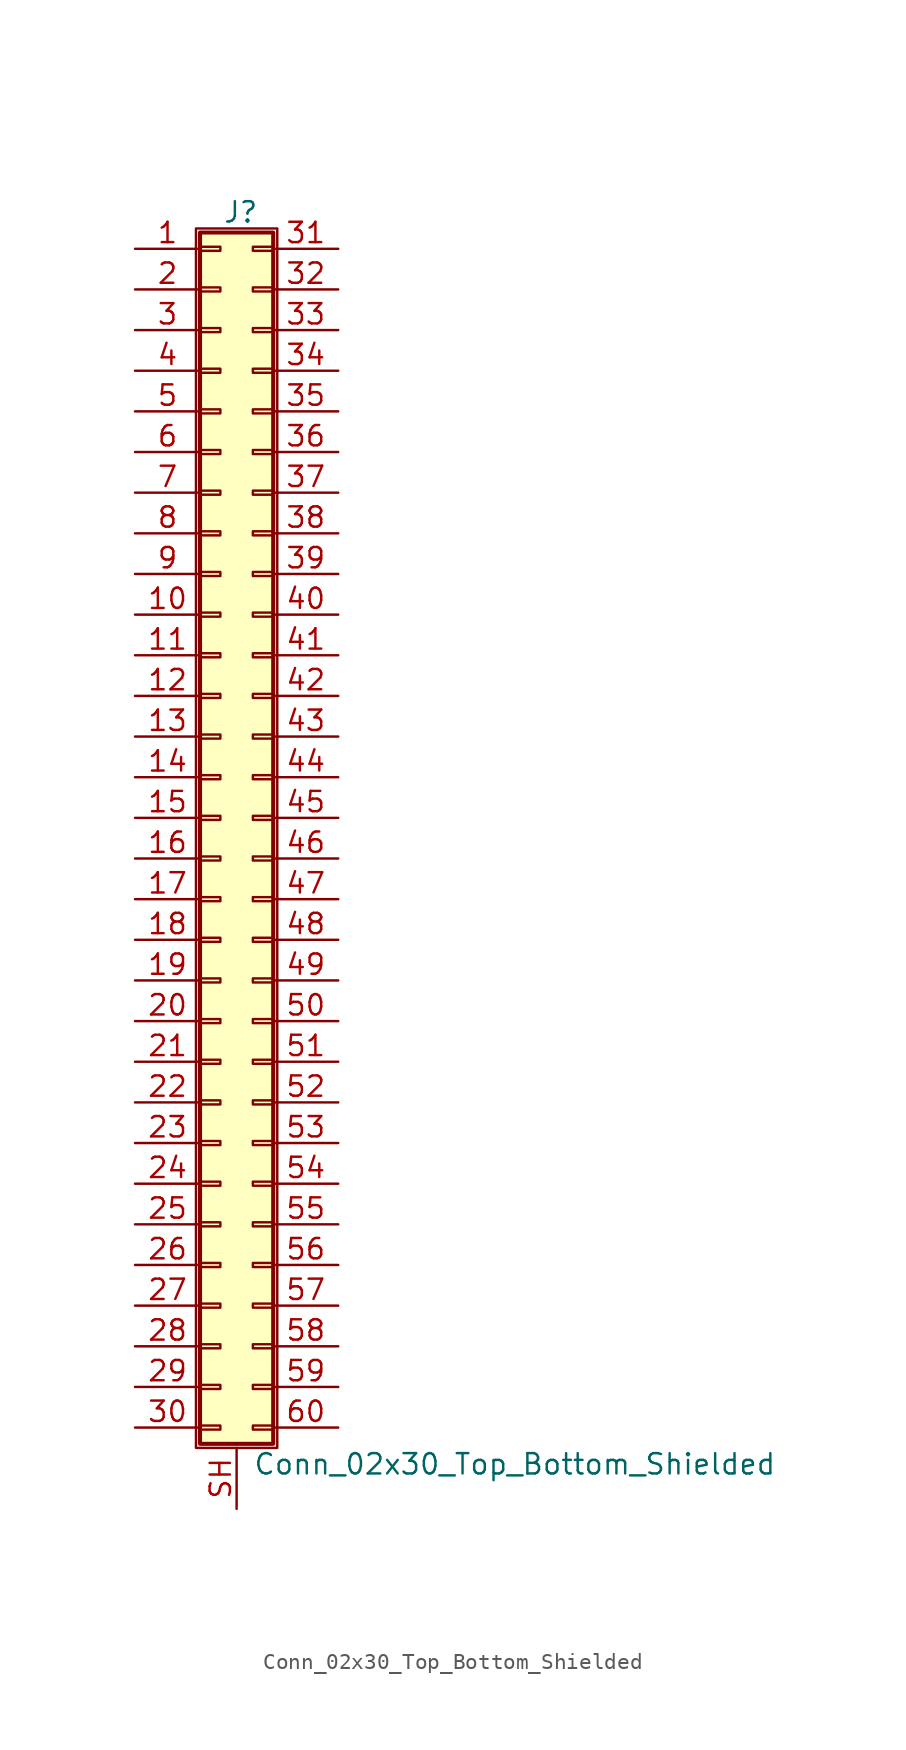
<source format=kicad_sym>
(kicad_symbol_lib
  (version 20201005)
  (generator kicad_symbol_editor)
  (symbol "Conn_02x30_Top_Bottom_Shielded"
    (pin_names
      (offset 1.016) hide)
    (property "Reference" "J"
      (at 1.524 37.846 0)
      (effects (font (size 1.27 1.27))))
    (property "Value" "Conn_02x30_Top_Bottom_Shielded"
      (at 2.286 -40.386 0)
      (effects (font (size 1.27 1.27)) (justify left)))
    (symbol "Conn_02x30_Top_Bottom_Shielded_1_1"
      (rectangle (start -1.27 36.83) (end 3.81 -39.37) (stroke (width 0.152)) (fill (type none)))
      (rectangle (start -1.016 -37.973) (end 0.254 -38.227) (stroke (width 0.152)) (fill (type none)))
      (rectangle (start -1.016 -35.433) (end 0.254 -35.687) (stroke (width 0.152)) (fill (type none)))
      (rectangle (start -1.016 -32.893) (end 0.254 -33.147) (stroke (width 0.152)) (fill (type none)))
      (rectangle (start -1.016 -30.353) (end 0.254 -30.607) (stroke (width 0.152)) (fill (type none)))
      (rectangle (start -1.016 -27.813) (end 0.254 -28.067) (stroke (width 0.152)) (fill (type none)))
      (rectangle (start -1.016 -25.273) (end 0.254 -25.527) (stroke (width 0.152)) (fill (type none)))
      (rectangle (start -1.016 -22.733) (end 0.254 -22.987) (stroke (width 0.152)) (fill (type none)))
      (rectangle (start -1.016 -20.193) (end 0.254 -20.447) (stroke (width 0.152)) (fill (type none)))
      (rectangle (start -1.016 -17.653) (end 0.254 -17.907) (stroke (width 0.152)) (fill (type none)))
      (rectangle (start -1.016 -15.113) (end 0.254 -15.367) (stroke (width 0.152)) (fill (type none)))
      (rectangle (start -1.016 -12.573) (end 0.254 -12.827) (stroke (width 0.152)) (fill (type none)))
      (rectangle (start -1.016 -10.033) (end 0.254 -10.287) (stroke (width 0.152)) (fill (type none)))
      (rectangle (start -1.016 -7.493) (end 0.254 -7.747) (stroke (width 0.152)) (fill (type none)))
      (rectangle (start -1.016 -4.953) (end 0.254 -5.207) (stroke (width 0.152)) (fill (type none)))
      (rectangle (start -1.016 -2.413) (end 0.254 -2.667) (stroke (width 0.152)) (fill (type none)))
      (rectangle (start -1.016 0.127) (end 0.254 -0.127) (stroke (width 0.152)) (fill (type none)))
      (rectangle (start -1.016 2.667) (end 0.254 2.413) (stroke (width 0.152)) (fill (type none)))
      (rectangle (start -1.016 5.207) (end 0.254 4.953) (stroke (width 0.152)) (fill (type none)))
      (rectangle (start -1.016 7.747) (end 0.254 7.493) (stroke (width 0.152)) (fill (type none)))
      (rectangle (start -1.016 10.287) (end 0.254 10.033) (stroke (width 0.152)) (fill (type none)))
      (rectangle (start -1.016 12.827) (end 0.254 12.573) (stroke (width 0.152)) (fill (type none)))
      (rectangle (start -1.016 15.367) (end 0.254 15.113) (stroke (width 0.152)) (fill (type none)))
      (rectangle (start -1.016 17.907) (end 0.254 17.653) (stroke (width 0.152)) (fill (type none)))
      (rectangle (start -1.016 20.447) (end 0.254 20.193) (stroke (width 0.152)) (fill (type none)))
      (rectangle (start -1.016 22.987) (end 0.254 22.733) (stroke (width 0.152)) (fill (type none)))
      (rectangle (start -1.016 25.527) (end 0.254 25.273) (stroke (width 0.152)) (fill (type none)))
      (rectangle (start -1.016 28.067) (end 0.254 27.813) (stroke (width 0.152)) (fill (type none)))
      (rectangle (start -1.016 30.607) (end 0.254 30.353) (stroke (width 0.152)) (fill (type none)))
      (rectangle (start -1.016 33.147) (end 0.254 32.893) (stroke (width 0.152)) (fill (type none)))
      (rectangle (start -1.016 35.687) (end 0.254 35.433) (stroke (width 0.152)) (fill (type none)))
      (rectangle (start -1.016 36.576) (end 3.556 -39.116) (stroke (width 0.254)) (fill (type background)))
      (rectangle (start 3.556 -37.973) (end 2.286 -38.227) (stroke (width 0.152)) (fill (type none)))
      (rectangle (start 3.556 -35.433) (end 2.286 -35.687) (stroke (width 0.152)) (fill (type none)))
      (rectangle (start 3.556 -32.893) (end 2.286 -33.147) (stroke (width 0.152)) (fill (type none)))
      (rectangle (start 3.556 -30.353) (end 2.286 -30.607) (stroke (width 0.152)) (fill (type none)))
      (rectangle (start 3.556 -27.813) (end 2.286 -28.067) (stroke (width 0.152)) (fill (type none)))
      (rectangle (start 3.556 -25.273) (end 2.286 -25.527) (stroke (width 0.152)) (fill (type none)))
      (rectangle (start 3.556 -22.733) (end 2.286 -22.987) (stroke (width 0.152)) (fill (type none)))
      (rectangle (start 3.556 -20.193) (end 2.286 -20.447) (stroke (width 0.152)) (fill (type none)))
      (rectangle (start 3.556 -17.653) (end 2.286 -17.907) (stroke (width 0.152)) (fill (type none)))
      (rectangle (start 3.556 -15.113) (end 2.286 -15.367) (stroke (width 0.152)) (fill (type none)))
      (rectangle (start 3.556 -12.573) (end 2.286 -12.827) (stroke (width 0.152)) (fill (type none)))
      (rectangle (start 3.556 -10.033) (end 2.286 -10.287) (stroke (width 0.152)) (fill (type none)))
      (rectangle (start 3.556 -7.493) (end 2.286 -7.747) (stroke (width 0.152)) (fill (type none)))
      (rectangle (start 3.556 -4.953) (end 2.286 -5.207) (stroke (width 0.152)) (fill (type none)))
      (rectangle (start 3.556 -2.413) (end 2.286 -2.667) (stroke (width 0.152)) (fill (type none)))
      (rectangle (start 3.556 0.127) (end 2.286 -0.127) (stroke (width 0.152)) (fill (type none)))
      (rectangle (start 3.556 2.667) (end 2.286 2.413) (stroke (width 0.152)) (fill (type none)))
      (rectangle (start 3.556 5.207) (end 2.286 4.953) (stroke (width 0.152)) (fill (type none)))
      (rectangle (start 3.556 7.747) (end 2.286 7.493) (stroke (width 0.152)) (fill (type none)))
      (rectangle (start 3.556 10.287) (end 2.286 10.033) (stroke (width 0.152)) (fill (type none)))
      (rectangle (start 3.556 12.827) (end 2.286 12.573) (stroke (width 0.152)) (fill (type none)))
      (rectangle (start 3.556 15.367) (end 2.286 15.113) (stroke (width 0.152)) (fill (type none)))
      (rectangle (start 3.556 17.907) (end 2.286 17.653) (stroke (width 0.152)) (fill (type none)))
      (rectangle (start 3.556 20.447) (end 2.286 20.193) (stroke (width 0.152)) (fill (type none)))
      (rectangle (start 3.556 22.987) (end 2.286 22.733) (stroke (width 0.152)) (fill (type none)))
      (rectangle (start 3.556 25.527) (end 2.286 25.273) (stroke (width 0.152)) (fill (type none)))
      (rectangle (start 3.556 28.067) (end 2.286 27.813) (stroke (width 0.152)) (fill (type none)))
      (rectangle (start 3.556 30.607) (end 2.286 30.353) (stroke (width 0.152)) (fill (type none)))
      (rectangle (start 3.556 33.147) (end 2.286 32.893) (stroke (width 0.152)) (fill (type none)))
      (rectangle (start 3.556 35.687) (end 2.286 35.433) (stroke (width 0.152)) (fill (type none)))
      (pin passive line (at -5.08 35.56 0) (length 4.064) (name "Pin_1" (effects (font (size 1.27 1.27)))) (number "1" (effects (font (size 1.27 1.27)))))
      (pin passive line (at -5.08 12.7 0) (length 4.064) (name "Pin_10" (effects (font (size 1.27 1.27)))) (number "10" (effects (font (size 1.27 1.27)))))
      (pin passive line (at -5.08 10.16 0) (length 4.064) (name "Pin_11" (effects (font (size 1.27 1.27)))) (number "11" (effects (font (size 1.27 1.27)))))
      (pin passive line (at -5.08 7.62 0) (length 4.064) (name "Pin_12" (effects (font (size 1.27 1.27)))) (number "12" (effects (font (size 1.27 1.27)))))
      (pin passive line (at -5.08 5.08 0) (length 4.064) (name "Pin_13" (effects (font (size 1.27 1.27)))) (number "13" (effects (font (size 1.27 1.27)))))
      (pin passive line (at -5.08 2.54 0) (length 4.064) (name "Pin_14" (effects (font (size 1.27 1.27)))) (number "14" (effects (font (size 1.27 1.27)))))
      (pin passive line (at -5.08 0 0) (length 4.064) (name "Pin_15" (effects (font (size 1.27 1.27)))) (number "15" (effects (font (size 1.27 1.27)))))
      (pin passive line (at -5.08 -2.54 0) (length 4.064) (name "Pin_16" (effects (font (size 1.27 1.27)))) (number "16" (effects (font (size 1.27 1.27)))))
      (pin passive line (at -5.08 -5.08 0) (length 4.064) (name "Pin_17" (effects (font (size 1.27 1.27)))) (number "17" (effects (font (size 1.27 1.27)))))
      (pin passive line (at -5.08 -7.62 0) (length 4.064) (name "Pin_18" (effects (font (size 1.27 1.27)))) (number "18" (effects (font (size 1.27 1.27)))))
      (pin passive line (at -5.08 -10.16 0) (length 4.064) (name "Pin_19" (effects (font (size 1.27 1.27)))) (number "19" (effects (font (size 1.27 1.27)))))
      (pin passive line (at -5.08 33.02 0) (length 4.064) (name "Pin_2" (effects (font (size 1.27 1.27)))) (number "2" (effects (font (size 1.27 1.27)))))
      (pin passive line (at -5.08 -12.7 0) (length 4.064) (name "Pin_20" (effects (font (size 1.27 1.27)))) (number "20" (effects (font (size 1.27 1.27)))))
      (pin passive line (at -5.08 -15.24 0) (length 4.064) (name "Pin_21" (effects (font (size 1.27 1.27)))) (number "21" (effects (font (size 1.27 1.27)))))
      (pin passive line (at -5.08 -17.78 0) (length 4.064) (name "Pin_22" (effects (font (size 1.27 1.27)))) (number "22" (effects (font (size 1.27 1.27)))))
      (pin passive line (at -5.08 -20.32 0) (length 4.064) (name "Pin_23" (effects (font (size 1.27 1.27)))) (number "23" (effects (font (size 1.27 1.27)))))
      (pin passive line (at -5.08 -22.86 0) (length 4.064) (name "Pin_24" (effects (font (size 1.27 1.27)))) (number "24" (effects (font (size 1.27 1.27)))))
      (pin passive line (at -5.08 -25.4 0) (length 4.064) (name "Pin_25" (effects (font (size 1.27 1.27)))) (number "25" (effects (font (size 1.27 1.27)))))
      (pin passive line (at -5.08 -27.94 0) (length 4.064) (name "Pin_26" (effects (font (size 1.27 1.27)))) (number "26" (effects (font (size 1.27 1.27)))))
      (pin passive line (at -5.08 -30.48 0) (length 4.064) (name "Pin_27" (effects (font (size 1.27 1.27)))) (number "27" (effects (font (size 1.27 1.27)))))
      (pin passive line (at -5.08 -33.02 0) (length 4.064) (name "Pin_28" (effects (font (size 1.27 1.27)))) (number "28" (effects (font (size 1.27 1.27)))))
      (pin passive line (at -5.08 -35.56 0) (length 4.064) (name "Pin_29" (effects (font (size 1.27 1.27)))) (number "29" (effects (font (size 1.27 1.27)))))
      (pin passive line (at -5.08 30.48 0) (length 4.064) (name "Pin_3" (effects (font (size 1.27 1.27)))) (number "3" (effects (font (size 1.27 1.27)))))
      (pin passive line (at -5.08 -38.1 0) (length 4.064) (name "Pin_30" (effects (font (size 1.27 1.27)))) (number "30" (effects (font (size 1.27 1.27)))))
      (pin passive line (at 7.62 35.56 180) (length 4.064) (name "Pin_31" (effects (font (size 1.27 1.27)))) (number "31" (effects (font (size 1.27 1.27)))))
      (pin passive line (at 7.62 33.02 180) (length 4.064) (name "Pin_32" (effects (font (size 1.27 1.27)))) (number "32" (effects (font (size 1.27 1.27)))))
      (pin passive line (at 7.62 30.48 180) (length 4.064) (name "Pin_33" (effects (font (size 1.27 1.27)))) (number "33" (effects (font (size 1.27 1.27)))))
      (pin passive line (at 7.62 27.94 180) (length 4.064) (name "Pin_34" (effects (font (size 1.27 1.27)))) (number "34" (effects (font (size 1.27 1.27)))))
      (pin passive line (at 7.62 25.4 180) (length 4.064) (name "Pin_35" (effects (font (size 1.27 1.27)))) (number "35" (effects (font (size 1.27 1.27)))))
      (pin passive line (at 7.62 22.86 180) (length 4.064) (name "Pin_36" (effects (font (size 1.27 1.27)))) (number "36" (effects (font (size 1.27 1.27)))))
      (pin passive line (at 7.62 20.32 180) (length 4.064) (name "Pin_37" (effects (font (size 1.27 1.27)))) (number "37" (effects (font (size 1.27 1.27)))))
      (pin passive line (at 7.62 17.78 180) (length 4.064) (name "Pin_38" (effects (font (size 1.27 1.27)))) (number "38" (effects (font (size 1.27 1.27)))))
      (pin passive line (at 7.62 15.24 180) (length 4.064) (name "Pin_39" (effects (font (size 1.27 1.27)))) (number "39" (effects (font (size 1.27 1.27)))))
      (pin passive line (at -5.08 27.94 0) (length 4.064) (name "Pin_4" (effects (font (size 1.27 1.27)))) (number "4" (effects (font (size 1.27 1.27)))))
      (pin passive line (at 7.62 12.7 180) (length 4.064) (name "Pin_40" (effects (font (size 1.27 1.27)))) (number "40" (effects (font (size 1.27 1.27)))))
      (pin passive line (at 7.62 10.16 180) (length 4.064) (name "Pin_41" (effects (font (size 1.27 1.27)))) (number "41" (effects (font (size 1.27 1.27)))))
      (pin passive line (at 7.62 7.62 180) (length 4.064) (name "Pin_42" (effects (font (size 1.27 1.27)))) (number "42" (effects (font (size 1.27 1.27)))))
      (pin passive line (at 7.62 5.08 180) (length 4.064) (name "Pin_43" (effects (font (size 1.27 1.27)))) (number "43" (effects (font (size 1.27 1.27)))))
      (pin passive line (at 7.62 2.54 180) (length 4.064) (name "Pin_44" (effects (font (size 1.27 1.27)))) (number "44" (effects (font (size 1.27 1.27)))))
      (pin passive line (at 7.62 0 180) (length 4.064) (name "Pin_45" (effects (font (size 1.27 1.27)))) (number "45" (effects (font (size 1.27 1.27)))))
      (pin passive line (at 7.62 -2.54 180) (length 4.064) (name "Pin_46" (effects (font (size 1.27 1.27)))) (number "46" (effects (font (size 1.27 1.27)))))
      (pin passive line (at 7.62 -5.08 180) (length 4.064) (name "Pin_47" (effects (font (size 1.27 1.27)))) (number "47" (effects (font (size 1.27 1.27)))))
      (pin passive line (at 7.62 -7.62 180) (length 4.064) (name "Pin_48" (effects (font (size 1.27 1.27)))) (number "48" (effects (font (size 1.27 1.27)))))
      (pin passive line (at 7.62 -10.16 180) (length 4.064) (name "Pin_49" (effects (font (size 1.27 1.27)))) (number "49" (effects (font (size 1.27 1.27)))))
      (pin passive line (at -5.08 25.4 0) (length 4.064) (name "Pin_5" (effects (font (size 1.27 1.27)))) (number "5" (effects (font (size 1.27 1.27)))))
      (pin passive line (at 7.62 -12.7 180) (length 4.064) (name "Pin_50" (effects (font (size 1.27 1.27)))) (number "50" (effects (font (size 1.27 1.27)))))
      (pin passive line (at 7.62 -15.24 180) (length 4.064) (name "Pin_51" (effects (font (size 1.27 1.27)))) (number "51" (effects (font (size 1.27 1.27)))))
      (pin passive line (at 7.62 -17.78 180) (length 4.064) (name "Pin_52" (effects (font (size 1.27 1.27)))) (number "52" (effects (font (size 1.27 1.27)))))
      (pin passive line (at 7.62 -20.32 180) (length 4.064) (name "Pin_53" (effects (font (size 1.27 1.27)))) (number "53" (effects (font (size 1.27 1.27)))))
      (pin passive line (at 7.62 -22.86 180) (length 4.064) (name "Pin_54" (effects (font (size 1.27 1.27)))) (number "54" (effects (font (size 1.27 1.27)))))
      (pin passive line (at 7.62 -25.4 180) (length 4.064) (name "Pin_55" (effects (font (size 1.27 1.27)))) (number "55" (effects (font (size 1.27 1.27)))))
      (pin passive line (at 7.62 -27.94 180) (length 4.064) (name "Pin_56" (effects (font (size 1.27 1.27)))) (number "56" (effects (font (size 1.27 1.27)))))
      (pin passive line (at 7.62 -30.48 180) (length 4.064) (name "Pin_57" (effects (font (size 1.27 1.27)))) (number "57" (effects (font (size 1.27 1.27)))))
      (pin passive line (at 7.62 -33.02 180) (length 4.064) (name "Pin_58" (effects (font (size 1.27 1.27)))) (number "58" (effects (font (size 1.27 1.27)))))
      (pin passive line (at 7.62 -35.56 180) (length 4.064) (name "Pin_59" (effects (font (size 1.27 1.27)))) (number "59" (effects (font (size 1.27 1.27)))))
      (pin passive line (at -5.08 22.86 0) (length 4.064) (name "Pin_6" (effects (font (size 1.27 1.27)))) (number "6" (effects (font (size 1.27 1.27)))))
      (pin passive line (at 7.62 -38.1 180) (length 4.064) (name "Pin_60" (effects (font (size 1.27 1.27)))) (number "60" (effects (font (size 1.27 1.27)))))
      (pin passive line (at -5.08 20.32 0) (length 4.064) (name "Pin_7" (effects (font (size 1.27 1.27)))) (number "7" (effects (font (size 1.27 1.27)))))
      (pin passive line (at -5.08 17.78 0) (length 4.064) (name "Pin_8" (effects (font (size 1.27 1.27)))) (number "8" (effects (font (size 1.27 1.27)))))
      (pin passive line (at -5.08 15.24 0) (length 4.064) (name "Pin_9" (effects (font (size 1.27 1.27)))) (number "9" (effects (font (size 1.27 1.27)))))
      (pin passive line (at 1.27 -43.18 90) (length 3.81) (name "Shield" (effects (font (size 1.27 1.27)))) (number "SH" (effects (font (size 1.27 1.27))))))))
</source>
